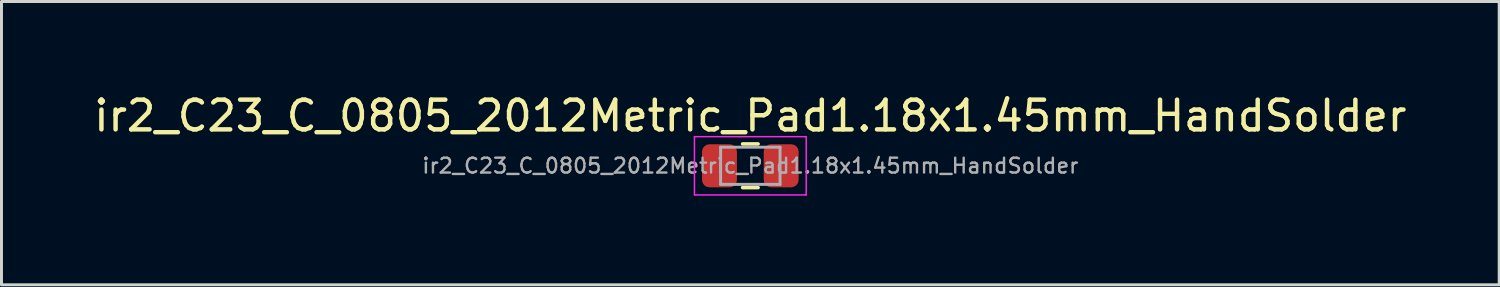
<source format=kicad_pcb>
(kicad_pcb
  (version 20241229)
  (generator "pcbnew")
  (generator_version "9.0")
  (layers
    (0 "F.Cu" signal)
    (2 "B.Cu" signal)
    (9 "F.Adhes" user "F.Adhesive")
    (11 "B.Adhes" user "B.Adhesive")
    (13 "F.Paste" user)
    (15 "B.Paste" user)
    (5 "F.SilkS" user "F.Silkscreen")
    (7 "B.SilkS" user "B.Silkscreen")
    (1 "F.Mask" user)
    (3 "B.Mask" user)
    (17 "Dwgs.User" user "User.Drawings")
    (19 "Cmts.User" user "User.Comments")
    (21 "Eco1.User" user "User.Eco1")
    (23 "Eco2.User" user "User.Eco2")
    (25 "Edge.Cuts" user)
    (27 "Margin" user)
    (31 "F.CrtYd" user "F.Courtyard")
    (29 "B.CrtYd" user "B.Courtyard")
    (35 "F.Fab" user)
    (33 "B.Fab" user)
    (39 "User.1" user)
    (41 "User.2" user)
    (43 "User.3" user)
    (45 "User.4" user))
  (footprint "ir2_C23_C_0805_2012Metric_Pad1.18x1.45mm_HandSolder"
    (layer "F.Cu")
    (at 22.196 2.528)
    (property "Reference" "ir2_C23_C_0805_2012Metric_Pad1.18x1.45mm_HandSolder" (at 0 -1.68 0) (layer "F.SilkS") (effects (font (size 1 1) (thickness 0.15))))
    (attr smd)
    (fp_line (start -0.261 -0.735) (end 0.261 -0.735) (stroke (width 0.12) (type solid)) (layer "F.SilkS"))
    (fp_line (start -0.261 0.735) (end 0.261 0.735) (stroke (width 0.12) (type solid)) (layer "F.SilkS"))
    (fp_line (start -1.88 -0.98) (end 1.88 -0.98) (stroke (width 0.05) (type solid)) (layer "F.CrtYd"))
    (fp_line (start -1.88 0.98) (end -1.88 -0.98) (stroke (width 0.05) (type solid)) (layer "F.CrtYd"))
    (fp_line (start 1.88 -0.98) (end 1.88 0.98) (stroke (width 0.05) (type solid)) (layer "F.CrtYd"))
    (fp_line (start 1.88 0.98) (end -1.88 0.98) (stroke (width 0.05) (type solid)) (layer "F.CrtYd"))
    (fp_line (start -1 -0.625) (end 1 -0.625) (stroke (width 0.1) (type solid)) (layer "F.Fab"))
    (fp_line (start -1 0.625) (end -1 -0.625) (stroke (width 0.1) (type solid)) (layer "F.Fab"))
    (fp_line (start 1 -0.625) (end 1 0.625) (stroke (width 0.1) (type solid)) (layer "F.Fab"))
    (fp_line (start 1 0.625) (end -1 0.625) (stroke (width 0.1) (type solid)) (layer "F.Fab"))
    (fp_text user "${REFERENCE}" (at 0 0 0) (layer "F.Fab") (effects (font (size 0.5 0.5) (thickness 0.08))))
    (pad "1" smd roundrect (at -1.038 0) (size 1.175 1.45) (layers "F.Cu" "F.Mask" "F.Paste") (roundrect_rratio 0.213))
    (pad "2" smd roundrect (at 1.038 0) (size 1.175 1.45) (layers "F.Cu" "F.Mask" "F.Paste") (roundrect_rratio 0.213)))
  (gr_rect
    (start -3 -3)
    (end 47.393 6.533)
    (stroke (width 0.1) (type default))
    (fill no)
    (layer "Edge.Cuts")))
</source>
